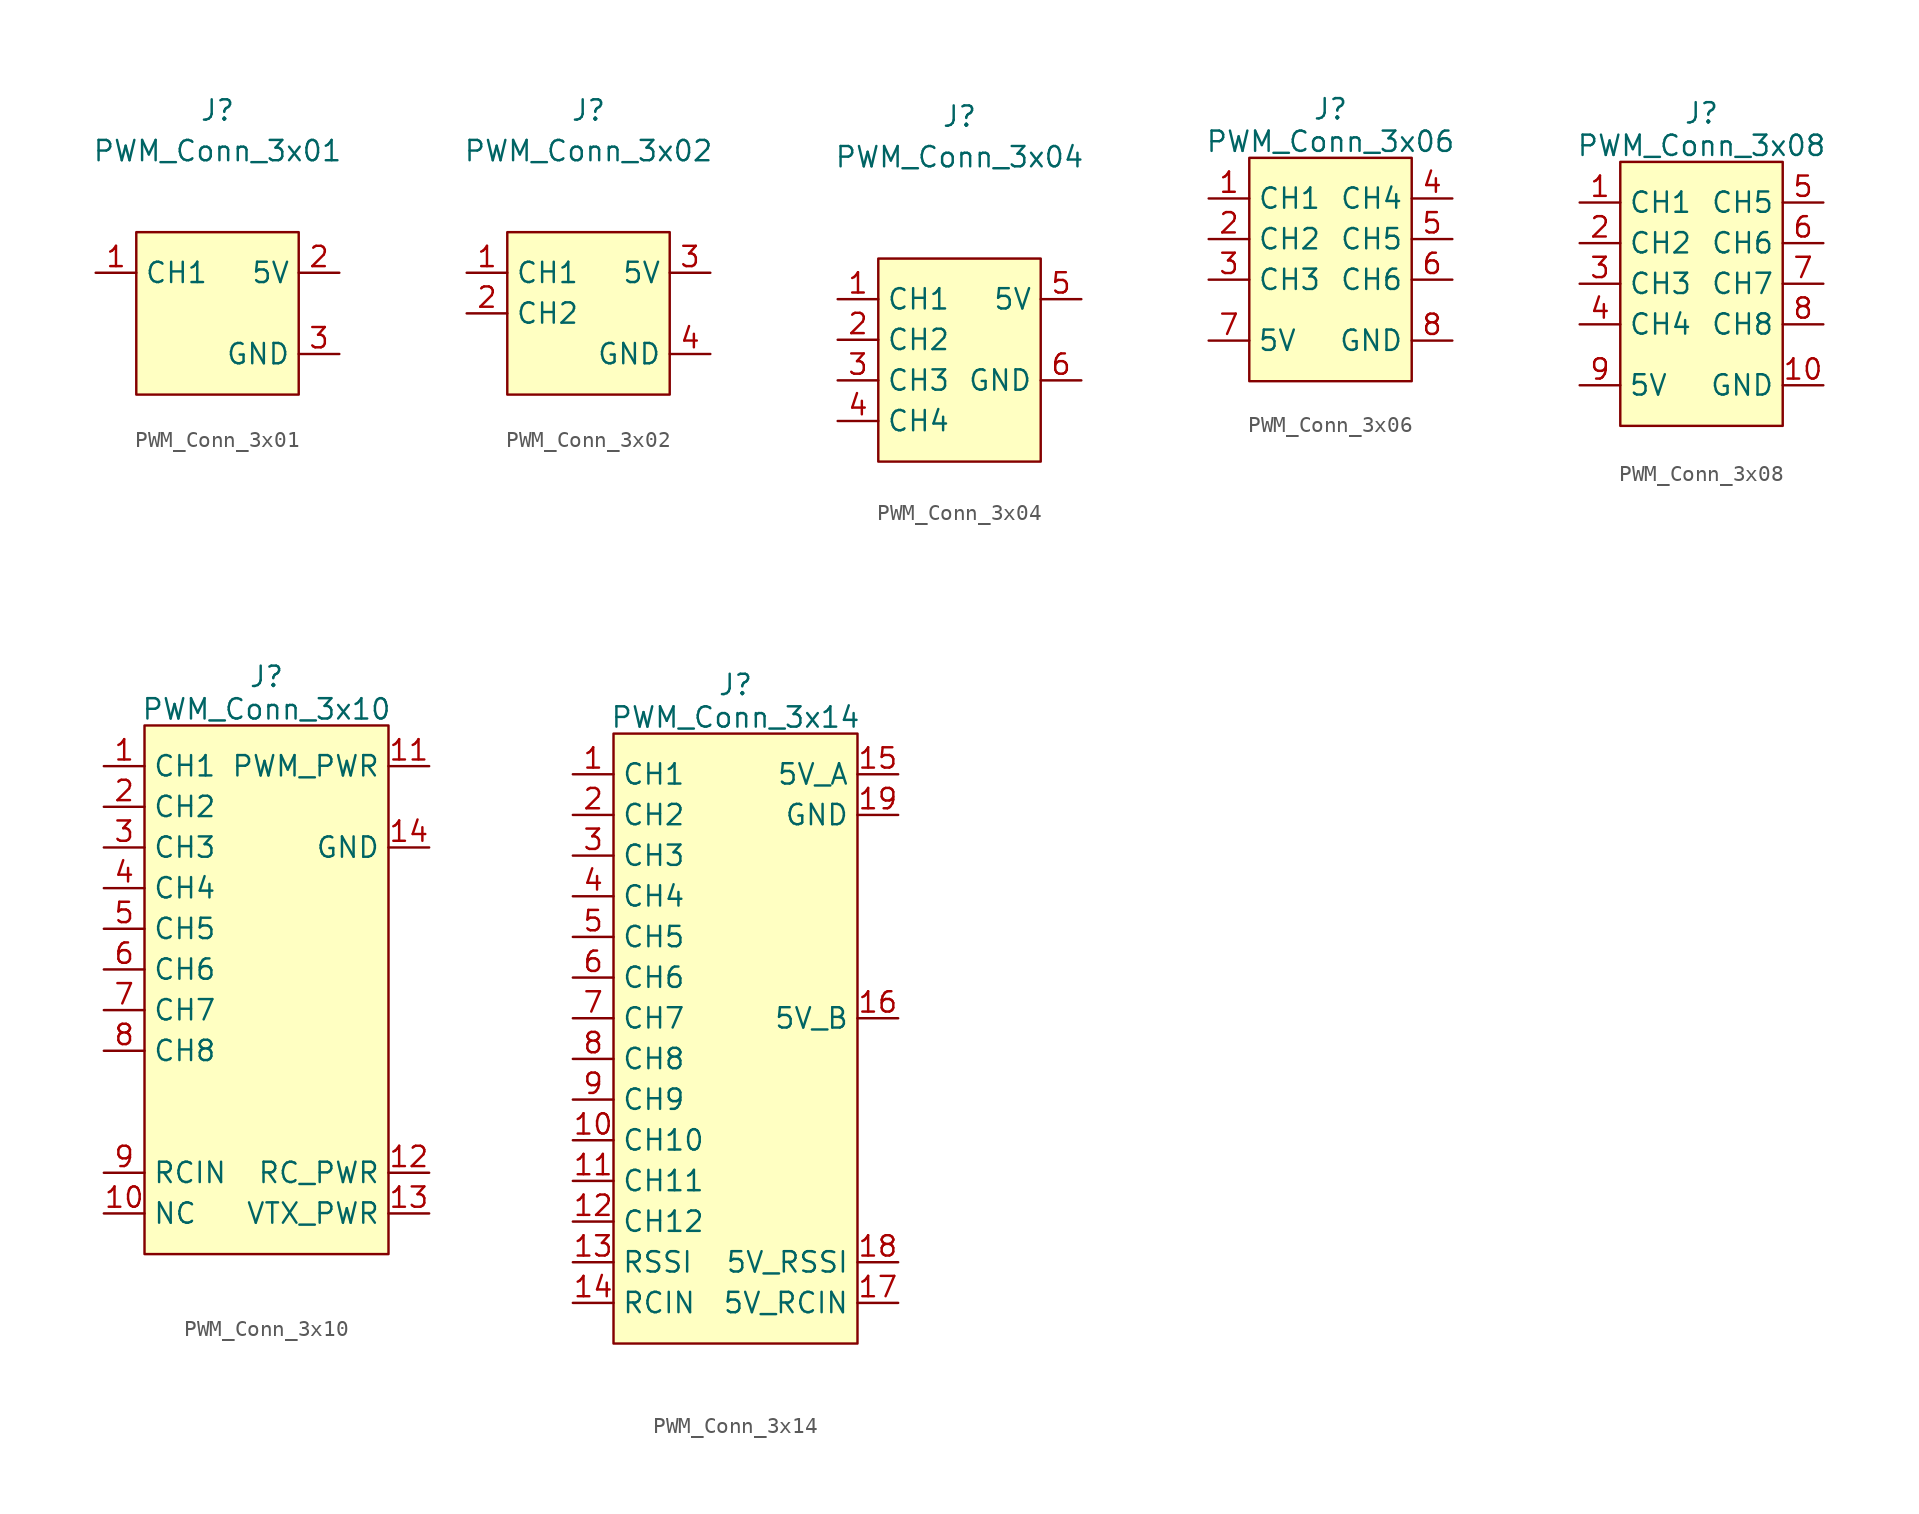
<source format=kicad_sym>
(kicad_symbol_lib
  (version 20241209)
  (generator "kicad_symbol_editor")
  (generator_version "9.0")
  (symbol "PWM_Conn_3x01"
    (property "Reference" "J"
      (at 0 12.7 0)
      (effects (font (size 1.27 1.27))))
    (property "Value" "PWM_Conn_3x01"
      (at 0 10.16 0)
      (effects (font (size 1.27 1.27))))
    (symbol "PWM_Conn_3x01_0_1"
      (rectangle (start -5.08 5.08) (end 5.08 -5.08) (stroke (width 0) (type default)) (fill (type background))))
    (symbol "PWM_Conn_3x01_1_1"
      (pin input line (at -7.62 2.54 0) (length 2.54) (name "CH1" (effects (font (size 1.27 1.27)))) (number "1" (effects (font (size 1.27 1.27)))))
      (pin passive line (at 7.62 2.54 180) (length 2.54) (name "5V" (effects (font (size 1.27 1.27)))) (number "2" (effects (font (size 1.27 1.27)))))
      (pin passive line (at 7.62 -2.54 180) (length 2.54) (name "GND" (effects (font (size 1.27 1.27)))) (number "3" (effects (font (size 1.27 1.27)))))))
  (symbol "PWM_Conn_3x02"
    (property "Reference" "J"
      (at 0 12.7 0)
      (effects (font (size 1.27 1.27))))
    (property "Value" "PWM_Conn_3x02"
      (at 0 10.16 0)
      (effects (font (size 1.27 1.27))))
    (symbol "PWM_Conn_3x02_0_1"
      (rectangle (start -5.08 5.08) (end 5.08 -5.08) (stroke (width 0) (type default)) (fill (type background))))
    (symbol "PWM_Conn_3x02_1_1"
      (pin input line (at -7.62 2.54 0) (length 2.54) (name "CH1" (effects (font (size 1.27 1.27)))) (number "1" (effects (font (size 1.27 1.27)))))
      (pin input line (at -7.62 0 0) (length 2.54) (name "CH2" (effects (font (size 1.27 1.27)))) (number "2" (effects (font (size 1.27 1.27)))))
      (pin passive line (at 7.62 2.54 180) (length 2.54) (name "5V" (effects (font (size 1.27 1.27)))) (number "3" (effects (font (size 1.27 1.27)))))
      (pin passive line (at 7.62 -2.54 180) (length 2.54) (name "GND" (effects (font (size 1.27 1.27)))) (number "4" (effects (font (size 1.27 1.27)))))))
  (symbol "PWM_Conn_3x04"
    (property "Reference" "J"
      (at 0 15.24 0)
      (effects (font (size 1.27 1.27))))
    (property "Value" "PWM_Conn_3x04"
      (at 0 12.7 0)
      (effects (font (size 1.27 1.27))))
    (symbol "PWM_Conn_3x04_0_1"
      (rectangle (start -5.08 6.35) (end 5.08 -6.35) (stroke (width 0) (type default)) (fill (type background))))
    (symbol "PWM_Conn_3x04_1_1"
      (pin input line (at -7.62 3.81 0) (length 2.54) (name "CH1" (effects (font (size 1.27 1.27)))) (number "1" (effects (font (size 1.27 1.27)))))
      (pin input line (at -7.62 1.27 0) (length 2.54) (name "CH2" (effects (font (size 1.27 1.27)))) (number "2" (effects (font (size 1.27 1.27)))))
      (pin input line (at -7.62 -1.27 0) (length 2.54) (name "CH3" (effects (font (size 1.27 1.27)))) (number "3" (effects (font (size 1.27 1.27)))))
      (pin input line (at -7.62 -3.81 0) (length 2.54) (name "CH4" (effects (font (size 1.27 1.27)))) (number "4" (effects (font (size 1.27 1.27)))))
      (pin passive line (at 7.62 3.81 180) (length 2.54) (name "5V" (effects (font (size 1.27 1.27)))) (number "5" (effects (font (size 1.27 1.27)))))
      (pin passive line (at 7.62 -1.27 180) (length 2.54) (name "GND" (effects (font (size 1.27 1.27)))) (number "6" (effects (font (size 1.27 1.27)))))))
  (symbol "PWM_Conn_3x06"
    (property "Reference" "J"
      (at 0 9.398 0)
      (effects (font (size 1.27 1.27))))
    (property "Value" "PWM_Conn_3x06"
      (at 0 7.366 0)
      (effects (font (size 1.27 1.27))))
    (symbol "PWM_Conn_3x06_0_1"
      (rectangle (start -5.08 6.35) (end 5.08 -7.62) (stroke (width 0) (type default)) (fill (type background))))
    (symbol "PWM_Conn_3x06_1_1"
      (pin input line (at -7.62 3.81 0) (length 2.54) (name "CH1" (effects (font (size 1.27 1.27)))) (number "1" (effects (font (size 1.27 1.27)))))
      (pin input line (at -7.62 1.27 0) (length 2.54) (name "CH2" (effects (font (size 1.27 1.27)))) (number "2" (effects (font (size 1.27 1.27)))))
      (pin input line (at -7.62 -1.27 0) (length 2.54) (name "CH3" (effects (font (size 1.27 1.27)))) (number "3" (effects (font (size 1.27 1.27)))))
      (pin passive line (at -7.62 -5.08 0) (length 2.54) (name "5V" (effects (font (size 1.27 1.27)))) (number "7" (effects (font (size 1.27 1.27)))))
      (pin input line (at 7.62 3.81 180) (length 2.54) (name "CH4" (effects (font (size 1.27 1.27)))) (number "4" (effects (font (size 1.27 1.27)))))
      (pin input line (at 7.62 1.27 180) (length 2.54) (name "CH5" (effects (font (size 1.27 1.27)))) (number "5" (effects (font (size 1.27 1.27)))))
      (pin input line (at 7.62 -1.27 180) (length 2.54) (name "CH6" (effects (font (size 1.27 1.27)))) (number "6" (effects (font (size 1.27 1.27)))))
      (pin passive line (at 7.62 -5.08 180) (length 2.54) (name "GND" (effects (font (size 1.27 1.27)))) (number "8" (effects (font (size 1.27 1.27)))))))
  (symbol "PWM_Conn_3x08"
    (property "Reference" "J"
      (at 0 9.398 0)
      (effects (font (size 1.27 1.27))))
    (property "Value" "PWM_Conn_3x08"
      (at 0 7.366 0)
      (effects (font (size 1.27 1.27))))
    (symbol "PWM_Conn_3x08_0_1"
      (rectangle (start -5.08 6.35) (end 5.08 -10.16) (stroke (width 0) (type default)) (fill (type background))))
    (symbol "PWM_Conn_3x08_1_1"
      (pin input line (at -7.62 3.81 0) (length 2.54) (name "CH1" (effects (font (size 1.27 1.27)))) (number "1" (effects (font (size 1.27 1.27)))))
      (pin input line (at -7.62 1.27 0) (length 2.54) (name "CH2" (effects (font (size 1.27 1.27)))) (number "2" (effects (font (size 1.27 1.27)))))
      (pin input line (at -7.62 -1.27 0) (length 2.54) (name "CH3" (effects (font (size 1.27 1.27)))) (number "3" (effects (font (size 1.27 1.27)))))
      (pin input line (at -7.62 -3.81 0) (length 2.54) (name "CH4" (effects (font (size 1.27 1.27)))) (number "4" (effects (font (size 1.27 1.27)))))
      (pin passive line (at -7.62 -7.62 0) (length 2.54) (name "5V" (effects (font (size 1.27 1.27)))) (number "9" (effects (font (size 1.27 1.27)))))
      (pin input line (at 7.62 3.81 180) (length 2.54) (name "CH5" (effects (font (size 1.27 1.27)))) (number "5" (effects (font (size 1.27 1.27)))))
      (pin input line (at 7.62 1.27 180) (length 2.54) (name "CH6" (effects (font (size 1.27 1.27)))) (number "6" (effects (font (size 1.27 1.27)))))
      (pin input line (at 7.62 -1.27 180) (length 2.54) (name "CH7" (effects (font (size 1.27 1.27)))) (number "7" (effects (font (size 1.27 1.27)))))
      (pin input line (at 7.62 -3.81 180) (length 2.54) (name "CH8" (effects (font (size 1.27 1.27)))) (number "8" (effects (font (size 1.27 1.27)))))
      (pin passive line (at 7.62 -7.62 180) (length 2.54) (name "GND" (effects (font (size 1.27 1.27)))) (number "10" (effects (font (size 1.27 1.27)))))))
  (symbol "PWM_Conn_3x10"
    (property "Reference" "J"
      (at 0 22.098 0)
      (effects (font (size 1.27 1.27))))
    (property "Value" "PWM_Conn_3x10"
      (at 0 20.066 0)
      (effects (font (size 1.27 1.27))))
    (symbol "PWM_Conn_3x10_0_1"
      (rectangle (start -7.62 19.05) (end 7.62 -13.97) (stroke (width 0) (type default)) (fill (type background))))
    (symbol "PWM_Conn_3x10_1_1"
      (pin bidirectional line (at -10.16 16.51 0) (length 2.54) (name "CH1" (effects (font (size 1.27 1.27)))) (number "1" (effects (font (size 1.27 1.27)))))
      (pin bidirectional line (at -10.16 13.97 0) (length 2.54) (name "CH2" (effects (font (size 1.27 1.27)))) (number "2" (effects (font (size 1.27 1.27)))))
      (pin bidirectional line (at -10.16 11.43 0) (length 2.54) (name "CH3" (effects (font (size 1.27 1.27)))) (number "3" (effects (font (size 1.27 1.27)))))
      (pin bidirectional line (at -10.16 8.89 0) (length 2.54) (name "CH4" (effects (font (size 1.27 1.27)))) (number "4" (effects (font (size 1.27 1.27)))))
      (pin bidirectional line (at -10.16 6.35 0) (length 2.54) (name "CH5" (effects (font (size 1.27 1.27)))) (number "5" (effects (font (size 1.27 1.27)))))
      (pin bidirectional line (at -10.16 3.81 0) (length 2.54) (name "CH6" (effects (font (size 1.27 1.27)))) (number "6" (effects (font (size 1.27 1.27)))))
      (pin bidirectional line (at -10.16 1.27 0) (length 2.54) (name "CH7" (effects (font (size 1.27 1.27)))) (number "7" (effects (font (size 1.27 1.27)))))
      (pin bidirectional line (at -10.16 -1.27 0) (length 2.54) (name "CH8" (effects (font (size 1.27 1.27)))) (number "8" (effects (font (size 1.27 1.27)))))
      (pin bidirectional line (at -10.16 -8.89 0) (length 2.54) (name "RCIN" (effects (font (size 1.27 1.27)))) (number "9" (effects (font (size 1.27 1.27)))))
      (pin bidirectional line (at -10.16 -11.43 0) (length 2.54) (name "NC" (effects (font (size 1.27 1.27)))) (number "10" (effects (font (size 1.27 1.27)))))
      (pin passive line (at 10.16 16.51 180) (length 2.54) (name "PWM_PWR" (effects (font (size 1.27 1.27)))) (number "11" (effects (font (size 1.27 1.27)))))
      (pin passive line (at 10.16 11.43 180) (length 2.54) (name "GND" (effects (font (size 1.27 1.27)))) (number "14" (effects (font (size 1.27 1.27)))))
      (pin passive line (at 10.16 -8.89 180) (length 2.54) (name "RC_PWR" (effects (font (size 1.27 1.27)))) (number "12" (effects (font (size 1.27 1.27)))))
      (pin passive line (at 10.16 -11.43 180) (length 2.54) (name "VTX_PWR" (effects (font (size 1.27 1.27)))) (number "13" (effects (font (size 1.27 1.27)))))))
  (symbol "PWM_Conn_3x14"
    (property "Reference" "J"
      (at 0 22.098 0)
      (effects (font (size 1.27 1.27))))
    (property "Value" "PWM_Conn_3x14"
      (at 0 20.066 0)
      (effects (font (size 1.27 1.27))))
    (symbol "PWM_Conn_3x14_0_1"
      (rectangle (start -7.62 19.05) (end 7.62 -19.05) (stroke (width 0) (type default)) (fill (type background))))
    (symbol "PWM_Conn_3x14_1_1"
      (pin bidirectional line (at -10.16 16.51 0) (length 2.54) (name "CH1" (effects (font (size 1.27 1.27)))) (number "1" (effects (font (size 1.27 1.27)))))
      (pin bidirectional line (at -10.16 13.97 0) (length 2.54) (name "CH2" (effects (font (size 1.27 1.27)))) (number "2" (effects (font (size 1.27 1.27)))))
      (pin bidirectional line (at -10.16 11.43 0) (length 2.54) (name "CH3" (effects (font (size 1.27 1.27)))) (number "3" (effects (font (size 1.27 1.27)))))
      (pin bidirectional line (at -10.16 8.89 0) (length 2.54) (name "CH4" (effects (font (size 1.27 1.27)))) (number "4" (effects (font (size 1.27 1.27)))))
      (pin bidirectional line (at -10.16 6.35 0) (length 2.54) (name "CH5" (effects (font (size 1.27 1.27)))) (number "5" (effects (font (size 1.27 1.27)))))
      (pin bidirectional line (at -10.16 3.81 0) (length 2.54) (name "CH6" (effects (font (size 1.27 1.27)))) (number "6" (effects (font (size 1.27 1.27)))))
      (pin bidirectional line (at -10.16 1.27 0) (length 2.54) (name "CH7" (effects (font (size 1.27 1.27)))) (number "7" (effects (font (size 1.27 1.27)))))
      (pin bidirectional line (at -10.16 -1.27 0) (length 2.54) (name "CH8" (effects (font (size 1.27 1.27)))) (number "8" (effects (font (size 1.27 1.27)))))
      (pin bidirectional line (at -10.16 -3.81 0) (length 2.54) (name "CH9" (effects (font (size 1.27 1.27)))) (number "9" (effects (font (size 1.27 1.27)))))
      (pin bidirectional line (at -10.16 -6.35 0) (length 2.54) (name "CH10" (effects (font (size 1.27 1.27)))) (number "10" (effects (font (size 1.27 1.27)))))
      (pin bidirectional line (at -10.16 -8.89 0) (length 2.54) (name "CH11" (effects (font (size 1.27 1.27)))) (number "11" (effects (font (size 1.27 1.27)))))
      (pin bidirectional line (at -10.16 -11.43 0) (length 2.54) (name "CH12" (effects (font (size 1.27 1.27)))) (number "12" (effects (font (size 1.27 1.27)))))
      (pin bidirectional line (at -10.16 -13.97 0) (length 2.54) (name "RSSI" (effects (font (size 1.27 1.27)))) (number "13" (effects (font (size 1.27 1.27)))))
      (pin bidirectional line (at -10.16 -16.51 0) (length 2.54) (name "RCIN" (effects (font (size 1.27 1.27)))) (number "14" (effects (font (size 1.27 1.27)))))
      (pin passive line (at 10.16 16.51 180) (length 2.54) (name "5V_A" (effects (font (size 1.27 1.27)))) (number "15" (effects (font (size 1.27 1.27)))))
      (pin passive line (at 10.16 13.97 180) (length 2.54) (name "GND" (effects (font (size 1.27 1.27)))) (number "19" (effects (font (size 1.27 1.27)))))
      (pin passive line (at 10.16 1.27 180) (length 2.54) (name "5V_B" (effects (font (size 1.27 1.27)))) (number "16" (effects (font (size 1.27 1.27)))))
      (pin passive line (at 10.16 -13.97 180) (length 2.54) (name "5V_RSSI" (effects (font (size 1.27 1.27)))) (number "18" (effects (font (size 1.27 1.27)))))
      (pin passive line (at 10.16 -16.51 180) (length 2.54) (name "5V_RCIN" (effects (font (size 1.27 1.27)))) (number "17" (effects (font (size 1.27 1.27))))))))
</source>
